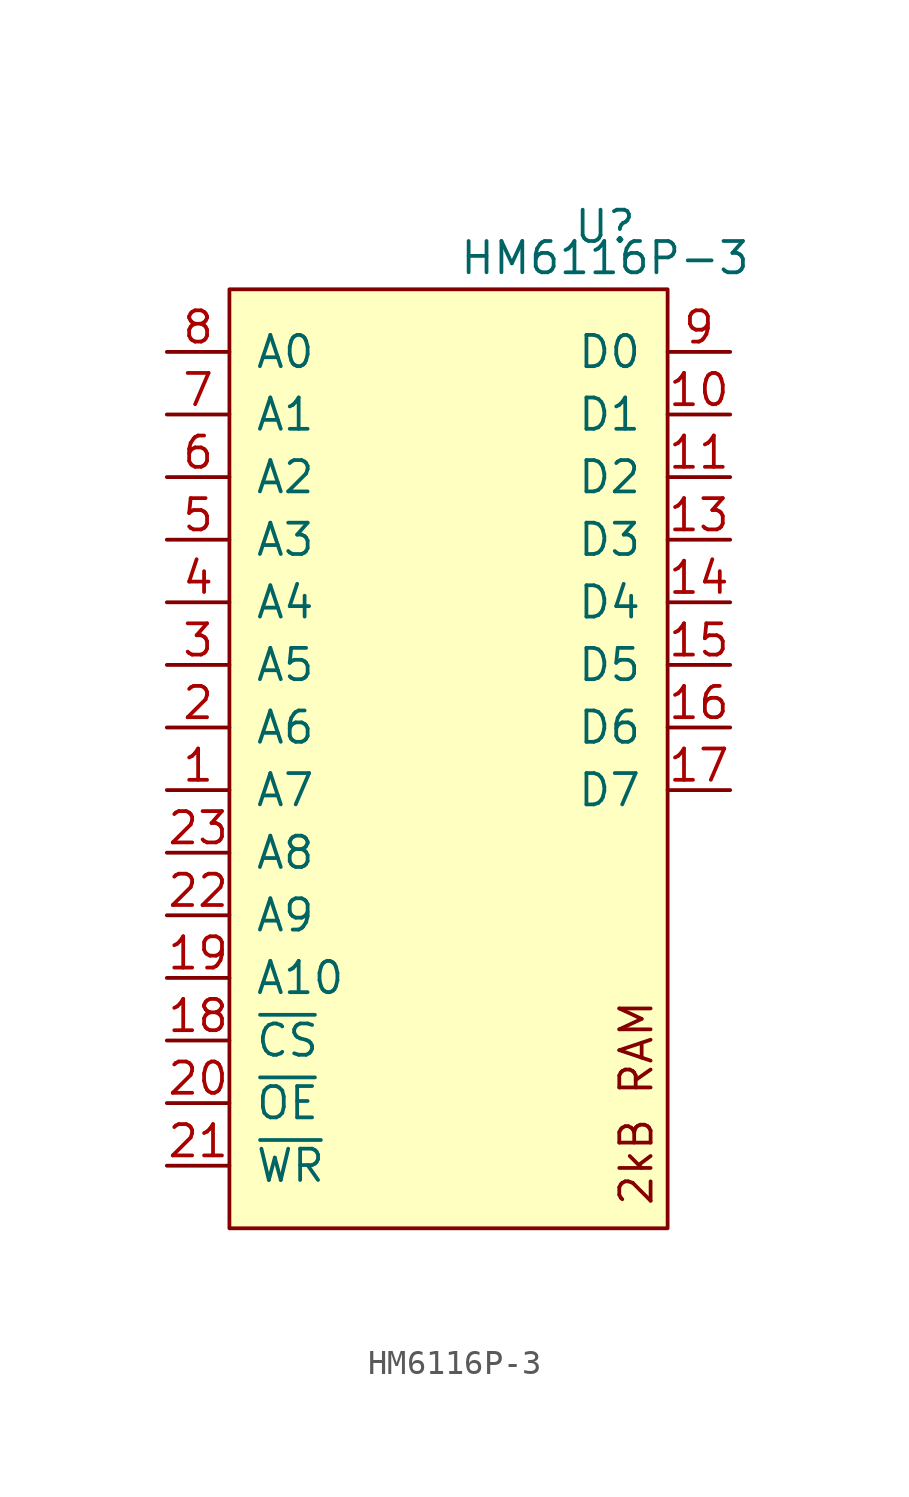
<source format=kicad_sym>
(kicad_symbol_lib
  (version 20211014)
  (generator kicad_symbol_editor)
  (symbol "HM6116P-3"
    (pin_names
      (offset 1.016))
    (property "Reference" "U"
      (at 6.35 20.32 0)
      (effects (font (size 1.27 1.27))))
    (property "Value" "HM6116P-3"
      (at 6.35 19.05 0)
      (effects (font (size 1.27 1.27))))
    (symbol "HM6116P-3_0_0"
      (text "2kB RAM" (at 7.62 -15.24 900) (effects (font (size 1.27 1.27)))))
    (symbol "HM6116P-3_0_1"
      (rectangle (start -8.89 17.78) (end 8.89 -20.32) (stroke (width 0) (type default) (color 0 0 0 0)) (fill (type background))))
    (symbol "HM6116P-3_1_1"
      (pin input line (at -11.43 -2.54 0) (length 2.54) (name "A7" (effects (font (size 1.27 1.27)))) (number "1" (effects (font (size 1.27 1.27)))))
      (pin bidirectional line (at 11.43 12.7 180) (length 2.54) (name "D1" (effects (font (size 1.27 1.27)))) (number "10" (effects (font (size 1.27 1.27)))))
      (pin bidirectional line (at 11.43 10.16 180) (length 2.54) (name "D2" (effects (font (size 1.27 1.27)))) (number "11" (effects (font (size 1.27 1.27)))))
      (pin power_in line (at 0 -20.32 90) (length 2.54) hide (name "VSS" (effects (font (size 1.27 1.27)))) (number "12" (effects (font (size 1.27 1.27)))))
      (pin bidirectional line (at 11.43 7.62 180) (length 2.54) (name "D3" (effects (font (size 1.27 1.27)))) (number "13" (effects (font (size 1.27 1.27)))))
      (pin bidirectional line (at 11.43 5.08 180) (length 2.54) (name "D4" (effects (font (size 1.27 1.27)))) (number "14" (effects (font (size 1.27 1.27)))))
      (pin bidirectional line (at 11.43 2.54 180) (length 2.54) (name "D5" (effects (font (size 1.27 1.27)))) (number "15" (effects (font (size 1.27 1.27)))))
      (pin bidirectional line (at 11.43 0 180) (length 2.54) (name "D6" (effects (font (size 1.27 1.27)))) (number "16" (effects (font (size 1.27 1.27)))))
      (pin bidirectional line (at 11.43 -2.54 180) (length 2.54) (name "D7" (effects (font (size 1.27 1.27)))) (number "17" (effects (font (size 1.27 1.27)))))
      (pin input line (at -11.43 -12.7 0) (length 2.54) (name "~{CS}" (effects (font (size 1.27 1.27)))) (number "18" (effects (font (size 1.27 1.27)))))
      (pin input line (at -11.43 -10.16 0) (length 2.54) (name "A10" (effects (font (size 1.27 1.27)))) (number "19" (effects (font (size 1.27 1.27)))))
      (pin input line (at -11.43 0 0) (length 2.54) (name "A6" (effects (font (size 1.27 1.27)))) (number "2" (effects (font (size 1.27 1.27)))))
      (pin input line (at -11.43 -15.24 0) (length 2.54) (name "~{OE}" (effects (font (size 1.27 1.27)))) (number "20" (effects (font (size 1.27 1.27)))))
      (pin input line (at -11.43 -17.78 0) (length 2.54) (name "~{WR}" (effects (font (size 1.27 1.27)))) (number "21" (effects (font (size 1.27 1.27)))))
      (pin input line (at -11.43 -7.62 0) (length 2.54) (name "A9" (effects (font (size 1.27 1.27)))) (number "22" (effects (font (size 1.27 1.27)))))
      (pin input line (at -11.43 -5.08 0) (length 2.54) (name "A8" (effects (font (size 1.27 1.27)))) (number "23" (effects (font (size 1.27 1.27)))))
      (pin power_in line (at 0 17.78 270) (length 2.54) hide (name "VCC" (effects (font (size 1.27 1.27)))) (number "24" (effects (font (size 1.27 1.27)))))
      (pin input line (at -11.43 2.54 0) (length 2.54) (name "A5" (effects (font (size 1.27 1.27)))) (number "3" (effects (font (size 1.27 1.27)))))
      (pin input line (at -11.43 5.08 0) (length 2.54) (name "A4" (effects (font (size 1.27 1.27)))) (number "4" (effects (font (size 1.27 1.27)))))
      (pin input line (at -11.43 7.62 0) (length 2.54) (name "A3" (effects (font (size 1.27 1.27)))) (number "5" (effects (font (size 1.27 1.27)))))
      (pin input line (at -11.43 10.16 0) (length 2.54) (name "A2" (effects (font (size 1.27 1.27)))) (number "6" (effects (font (size 1.27 1.27)))))
      (pin input line (at -11.43 12.7 0) (length 2.54) (name "A1" (effects (font (size 1.27 1.27)))) (number "7" (effects (font (size 1.27 1.27)))))
      (pin input line (at -11.43 15.24 0) (length 2.54) (name "A0" (effects (font (size 1.27 1.27)))) (number "8" (effects (font (size 1.27 1.27)))))
      (pin bidirectional line (at 11.43 15.24 180) (length 2.54) (name "D0" (effects (font (size 1.27 1.27)))) (number "9" (effects (font (size 1.27 1.27))))))))
</source>
